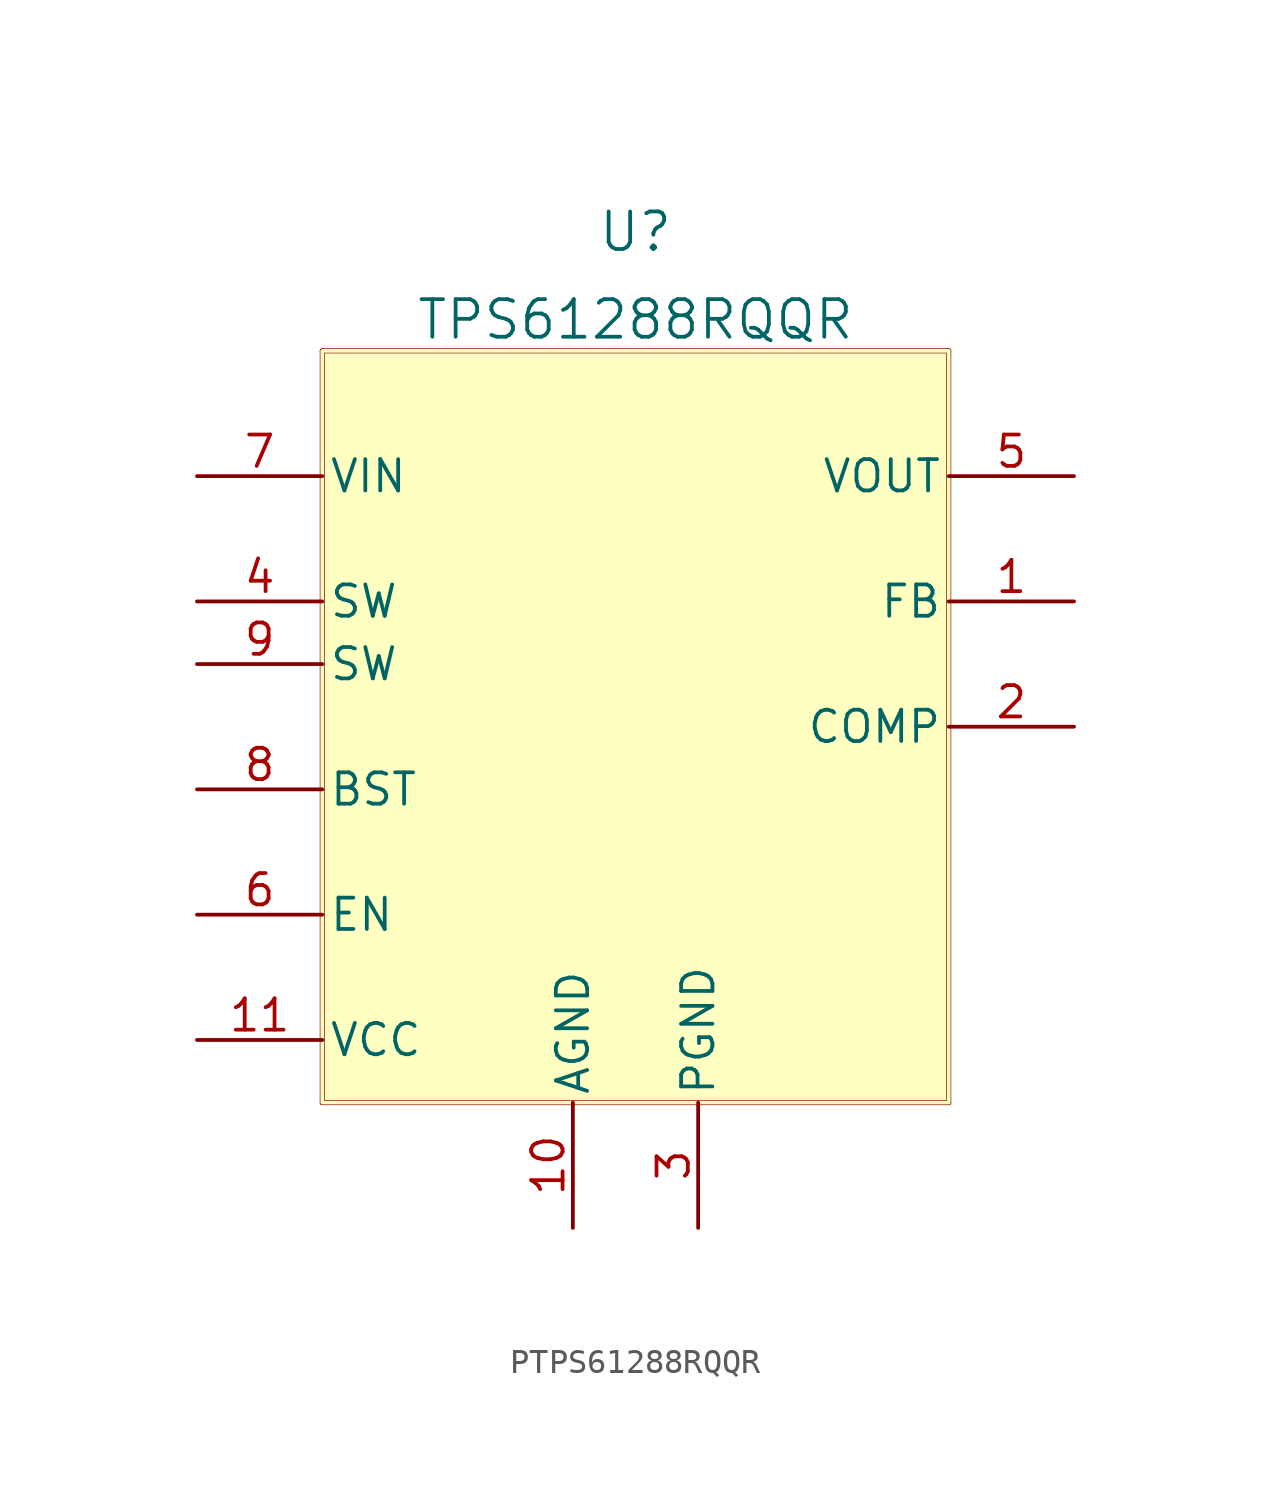
<source format=kicad_sym>
(kicad_symbol_lib
  (version 20231120)
  (generator "kicad_symbol_editor")
  (generator_version "8.0")
  (symbol "PTPS61288RQQR"
    (pin_names
      (offset 0.254))
    (property "Reference" "U"
      (at 0 20.066 0)
      (effects (font (size 1.524 1.524))))
    (property "Value" "TPS61288RQQR"
      (at 0 16.51 0)
      (effects (font (size 1.524 1.524))))
    (property "ki_locked" ""
      (at 0 0 0)
      (effects (font (size 1.27 1.27))))
    (symbol "PTPS61288RQQR_0_1"
      (rectangle (start -12.7 15.24) (end 12.7 -15.24) (stroke (width 0) (type default)) (fill (type none)))
      (polyline (pts (xy -12.7 -15.24) (xy 12.7 -15.24)) (stroke (width 0.203) (type default)) (fill (type none)))
      (polyline (pts (xy -12.7 15.24) (xy -12.7 -15.24)) (stroke (width 0.203) (type default)) (fill (type none)))
      (polyline (pts (xy 12.7 -15.24) (xy 12.7 15.24)) (stroke (width 0.203) (type default)) (fill (type none)))
      (polyline (pts (xy 12.7 15.24) (xy -12.7 15.24)) (stroke (width 0.203) (type default)) (fill (type none)))
      (pin unspecified line (at 17.78 5.08 180) (length 5.08) (name "FB" (effects (font (size 1.27 1.27)))) (number "1" (effects (font (size 1.27 1.27)))))
      (pin power_in line (at -2.54 -20.32 90) (length 5.08) (name "AGND" (effects (font (size 1.27 1.27)))) (number "10" (effects (font (size 1.27 1.27)))))
      (pin unspecified line (at -17.78 -12.7 0) (length 5.08) (name "VCC" (effects (font (size 1.27 1.27)))) (number "11" (effects (font (size 1.27 1.27)))))
      (pin unspecified line (at 17.78 0 180) (length 5.08) (name "COMP" (effects (font (size 1.27 1.27)))) (number "2" (effects (font (size 1.27 1.27)))))
      (pin power_in line (at 2.54 -20.32 90) (length 5.08) (name "PGND" (effects (font (size 1.27 1.27)))) (number "3" (effects (font (size 1.27 1.27)))))
      (pin unspecified line (at -17.78 5.08 0) (length 5.08) (name "SW" (effects (font (size 1.27 1.27)))) (number "4" (effects (font (size 1.27 1.27)))))
      (pin power_in line (at 17.78 10.16 180) (length 5.08) (name "VOUT" (effects (font (size 1.27 1.27)))) (number "5" (effects (font (size 1.27 1.27)))))
      (pin input line (at -17.78 -7.62 0) (length 5.08) (name "EN" (effects (font (size 1.27 1.27)))) (number "6" (effects (font (size 1.27 1.27)))))
      (pin power_in line (at -17.78 10.16 0) (length 5.08) (name "VIN" (effects (font (size 1.27 1.27)))) (number "7" (effects (font (size 1.27 1.27)))))
      (pin unspecified line (at -17.78 -2.54 0) (length 5.08) (name "BST" (effects (font (size 1.27 1.27)))) (number "8" (effects (font (size 1.27 1.27)))))
      (pin unspecified line (at -17.78 2.54 0) (length 5.08) (name "SW" (effects (font (size 1.27 1.27)))) (number "9" (effects (font (size 1.27 1.27))))))
    (symbol "PTPS61288RQQR_1_1"
      (rectangle (start -12.7 15.24) (end 12.7 -15.24) (stroke (width 0) (type default) (color 255 255 194 1)) (fill (type background))))))
</source>
